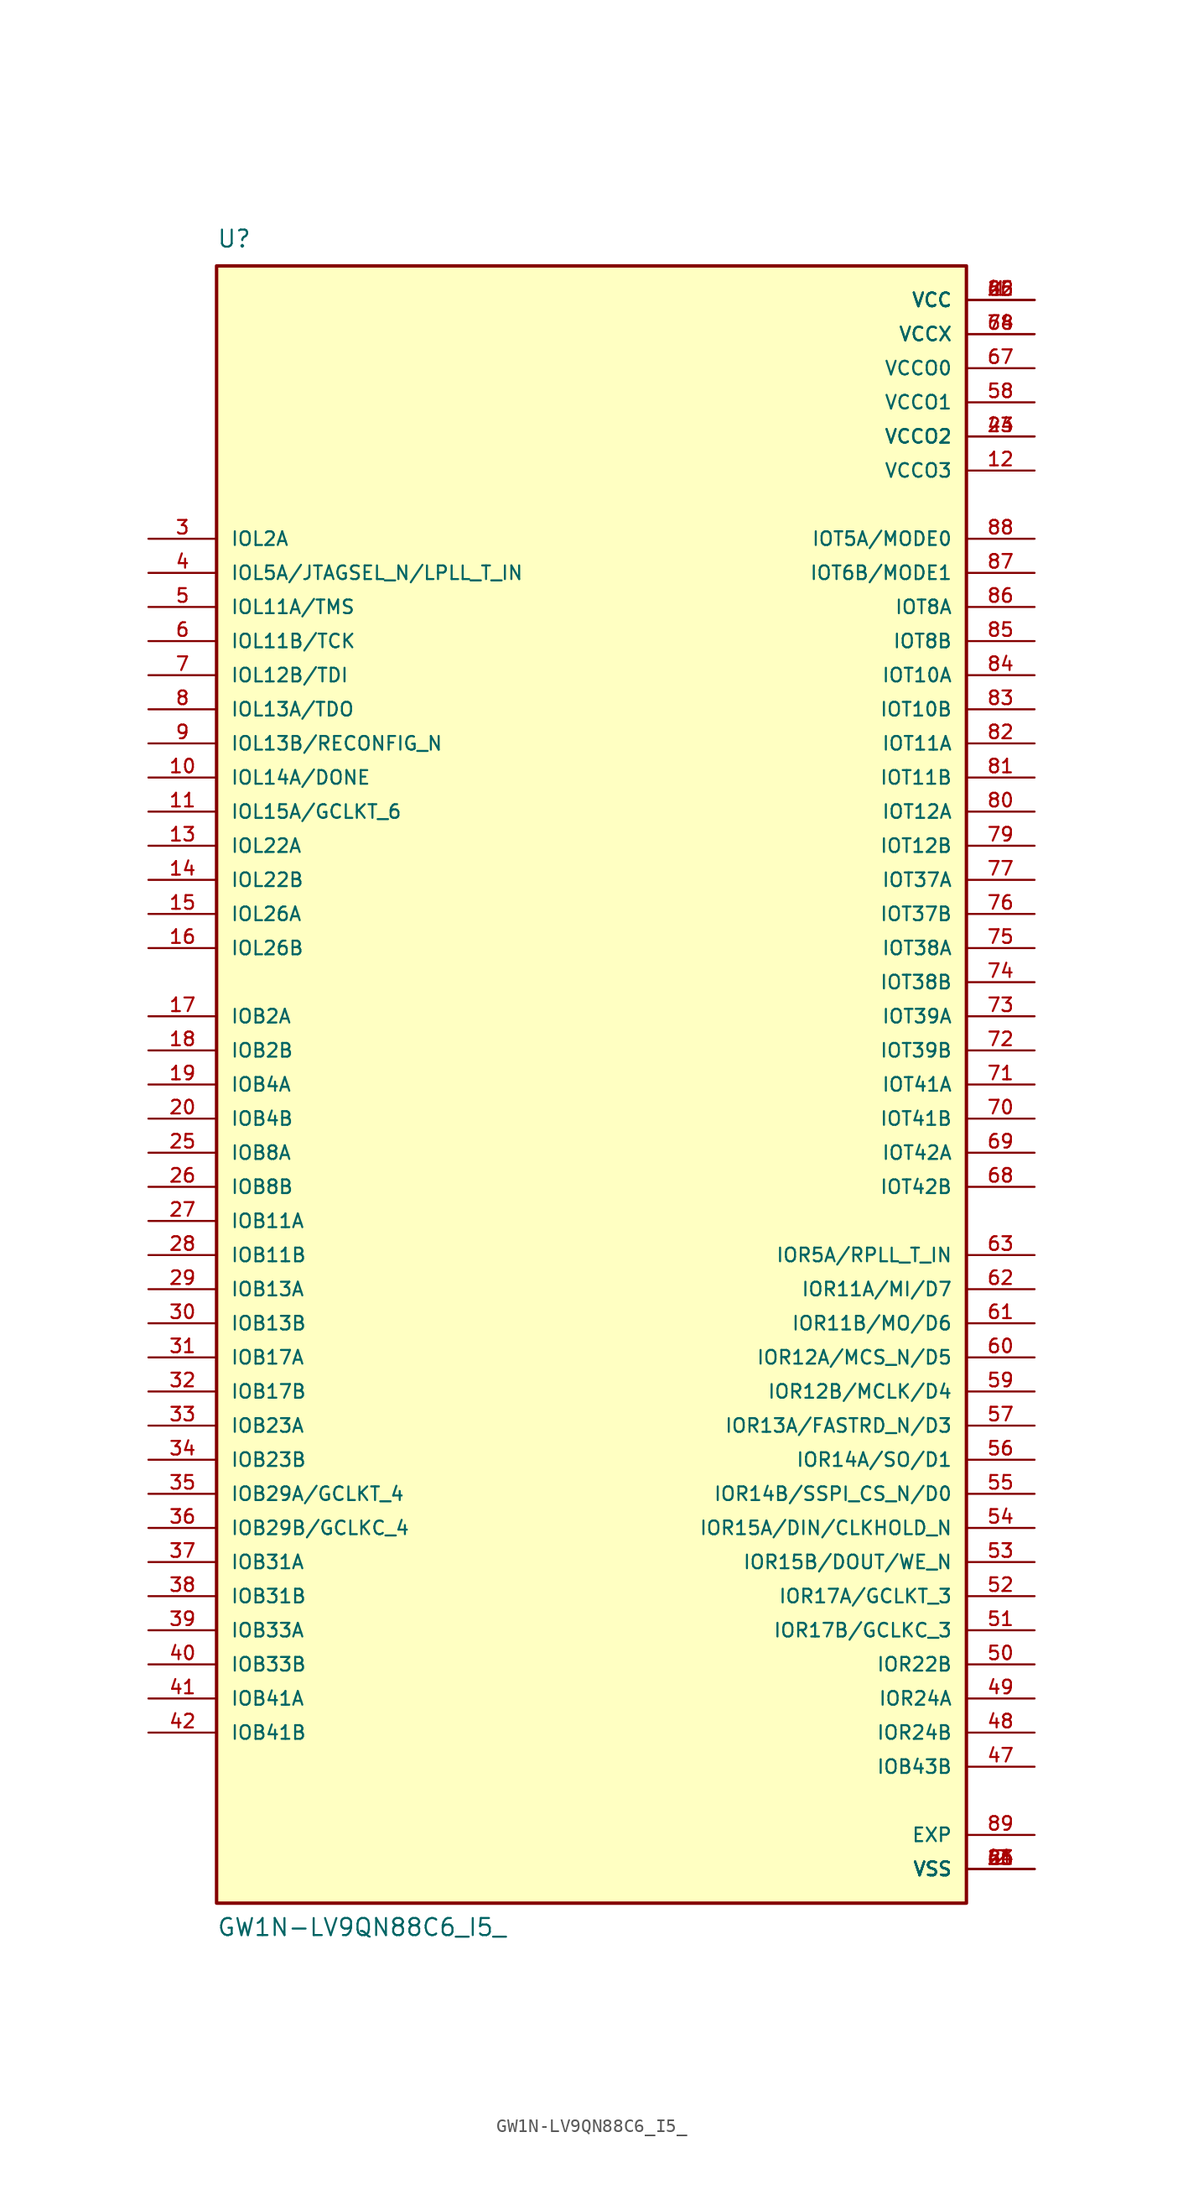
<source format=kicad_sym>
(kicad_symbol_lib
  (version 20220914)
  (generator kicad_symbol_editor)
  (symbol "GW1N-LV9QN88C6_I5_"
    (pin_names
      (offset 1.016))
    (property "Reference" "U"
      (at -27.94 62.23 0)
      (effects (font (size 1.27 1.27)) (justify left bottom)))
    (property "Value" "GW1N-LV9QN88C6_I5_"
      (at -27.94 -63.5 0)
      (effects (font (size 1.27 1.27)) (justify left bottom)))
    (symbol "GW1N-LV9QN88C6_I5__0_0"
      (rectangle (start -27.94 60.96) (end 27.94 -60.96) (stroke (width 0.254) (type default)) (fill (type background)))
      (pin power_in line (at 33.02 58.42 180) (length 5.08) (name "VCC" (effects (font (size 1.016 1.016)))) (number "1" (effects (font (size 1.016 1.016)))))
      (pin bidirectional line (at -33.02 22.86 0) (length 5.08) (name "IOL14A/DONE" (effects (font (size 1.016 1.016)))) (number "10" (effects (font (size 1.016 1.016)))))
      (pin bidirectional line (at -33.02 20.32 0) (length 5.08) (name "IOL15A/GCLKT_6" (effects (font (size 1.016 1.016)))) (number "11" (effects (font (size 1.016 1.016)))))
      (pin power_in line (at 33.02 45.72 180) (length 5.08) (name "VCCO3" (effects (font (size 1.016 1.016)))) (number "12" (effects (font (size 1.016 1.016)))))
      (pin bidirectional line (at -33.02 17.78 0) (length 5.08) (name "IOL22A" (effects (font (size 1.016 1.016)))) (number "13" (effects (font (size 1.016 1.016)))))
      (pin bidirectional line (at -33.02 15.24 0) (length 5.08) (name "IOL22B" (effects (font (size 1.016 1.016)))) (number "14" (effects (font (size 1.016 1.016)))))
      (pin bidirectional line (at -33.02 12.7 0) (length 5.08) (name "IOL26A" (effects (font (size 1.016 1.016)))) (number "15" (effects (font (size 1.016 1.016)))))
      (pin bidirectional line (at -33.02 10.16 0) (length 5.08) (name "IOL26B" (effects (font (size 1.016 1.016)))) (number "16" (effects (font (size 1.016 1.016)))))
      (pin bidirectional line (at -33.02 5.08 0) (length 5.08) (name "IOB2A" (effects (font (size 1.016 1.016)))) (number "17" (effects (font (size 1.016 1.016)))))
      (pin bidirectional line (at -33.02 2.54 0) (length 5.08) (name "IOB2B" (effects (font (size 1.016 1.016)))) (number "18" (effects (font (size 1.016 1.016)))))
      (pin bidirectional line (at -33.02 0 0) (length 5.08) (name "IOB4A" (effects (font (size 1.016 1.016)))) (number "19" (effects (font (size 1.016 1.016)))))
      (pin power_in line (at 33.02 -58.42 180) (length 5.08) (name "VSS" (effects (font (size 1.016 1.016)))) (number "2" (effects (font (size 1.016 1.016)))))
      (pin bidirectional line (at -33.02 -2.54 0) (length 5.08) (name "IOB4B" (effects (font (size 1.016 1.016)))) (number "20" (effects (font (size 1.016 1.016)))))
      (pin power_in line (at 33.02 -58.42 180) (length 5.08) (name "VSS" (effects (font (size 1.016 1.016)))) (number "21" (effects (font (size 1.016 1.016)))))
      (pin power_in line (at 33.02 58.42 180) (length 5.08) (name "VCC" (effects (font (size 1.016 1.016)))) (number "22" (effects (font (size 1.016 1.016)))))
      (pin power_in line (at 33.02 48.26 180) (length 5.08) (name "VCCO2" (effects (font (size 1.016 1.016)))) (number "23" (effects (font (size 1.016 1.016)))))
      (pin power_in line (at 33.02 -58.42 180) (length 5.08) (name "VSS" (effects (font (size 1.016 1.016)))) (number "24" (effects (font (size 1.016 1.016)))))
      (pin bidirectional line (at -33.02 -5.08 0) (length 5.08) (name "IOB8A" (effects (font (size 1.016 1.016)))) (number "25" (effects (font (size 1.016 1.016)))))
      (pin bidirectional line (at -33.02 -7.62 0) (length 5.08) (name "IOB8B" (effects (font (size 1.016 1.016)))) (number "26" (effects (font (size 1.016 1.016)))))
      (pin bidirectional line (at -33.02 -10.16 0) (length 5.08) (name "IOB11A" (effects (font (size 1.016 1.016)))) (number "27" (effects (font (size 1.016 1.016)))))
      (pin bidirectional line (at -33.02 -12.7 0) (length 5.08) (name "IOB11B" (effects (font (size 1.016 1.016)))) (number "28" (effects (font (size 1.016 1.016)))))
      (pin bidirectional line (at -33.02 -15.24 0) (length 5.08) (name "IOB13A" (effects (font (size 1.016 1.016)))) (number "29" (effects (font (size 1.016 1.016)))))
      (pin bidirectional line (at -33.02 40.64 0) (length 5.08) (name "IOL2A" (effects (font (size 1.016 1.016)))) (number "3" (effects (font (size 1.016 1.016)))))
      (pin bidirectional line (at -33.02 -17.78 0) (length 5.08) (name "IOB13B" (effects (font (size 1.016 1.016)))) (number "30" (effects (font (size 1.016 1.016)))))
      (pin bidirectional line (at -33.02 -20.32 0) (length 5.08) (name "IOB17A" (effects (font (size 1.016 1.016)))) (number "31" (effects (font (size 1.016 1.016)))))
      (pin bidirectional line (at -33.02 -22.86 0) (length 5.08) (name "IOB17B" (effects (font (size 1.016 1.016)))) (number "32" (effects (font (size 1.016 1.016)))))
      (pin bidirectional line (at -33.02 -25.4 0) (length 5.08) (name "IOB23A" (effects (font (size 1.016 1.016)))) (number "33" (effects (font (size 1.016 1.016)))))
      (pin bidirectional line (at -33.02 -27.94 0) (length 5.08) (name "IOB23B" (effects (font (size 1.016 1.016)))) (number "34" (effects (font (size 1.016 1.016)))))
      (pin bidirectional line (at -33.02 -30.48 0) (length 5.08) (name "IOB29A/GCLKT_4" (effects (font (size 1.016 1.016)))) (number "35" (effects (font (size 1.016 1.016)))))
      (pin bidirectional line (at -33.02 -33.02 0) (length 5.08) (name "IOB29B/GCLKC_4" (effects (font (size 1.016 1.016)))) (number "36" (effects (font (size 1.016 1.016)))))
      (pin bidirectional line (at -33.02 -35.56 0) (length 5.08) (name "IOB31A" (effects (font (size 1.016 1.016)))) (number "37" (effects (font (size 1.016 1.016)))))
      (pin bidirectional line (at -33.02 -38.1 0) (length 5.08) (name "IOB31B" (effects (font (size 1.016 1.016)))) (number "38" (effects (font (size 1.016 1.016)))))
      (pin bidirectional line (at -33.02 -40.64 0) (length 5.08) (name "IOB33A" (effects (font (size 1.016 1.016)))) (number "39" (effects (font (size 1.016 1.016)))))
      (pin bidirectional line (at -33.02 38.1 0) (length 5.08) (name "IOL5A/JTAGSEL_N/LPLL_T_IN" (effects (font (size 1.016 1.016)))) (number "4" (effects (font (size 1.016 1.016)))))
      (pin bidirectional line (at -33.02 -43.18 0) (length 5.08) (name "IOB33B" (effects (font (size 1.016 1.016)))) (number "40" (effects (font (size 1.016 1.016)))))
      (pin bidirectional line (at -33.02 -45.72 0) (length 5.08) (name "IOB41A" (effects (font (size 1.016 1.016)))) (number "41" (effects (font (size 1.016 1.016)))))
      (pin bidirectional line (at -33.02 -48.26 0) (length 5.08) (name "IOB41B" (effects (font (size 1.016 1.016)))) (number "42" (effects (font (size 1.016 1.016)))))
      (pin power_in line (at 33.02 -58.42 180) (length 5.08) (name "VSS" (effects (font (size 1.016 1.016)))) (number "43" (effects (font (size 1.016 1.016)))))
      (pin power_in line (at 33.02 48.26 180) (length 5.08) (name "VCCO2" (effects (font (size 1.016 1.016)))) (number "44" (effects (font (size 1.016 1.016)))))
      (pin power_in line (at 33.02 58.42 180) (length 5.08) (name "VCC" (effects (font (size 1.016 1.016)))) (number "45" (effects (font (size 1.016 1.016)))))
      (pin power_in line (at 33.02 -58.42 180) (length 5.08) (name "VSS" (effects (font (size 1.016 1.016)))) (number "46" (effects (font (size 1.016 1.016)))))
      (pin bidirectional line (at 33.02 -50.8 180) (length 5.08) (name "IOB43B" (effects (font (size 1.016 1.016)))) (number "47" (effects (font (size 1.016 1.016)))))
      (pin bidirectional line (at 33.02 -48.26 180) (length 5.08) (name "IOR24B" (effects (font (size 1.016 1.016)))) (number "48" (effects (font (size 1.016 1.016)))))
      (pin bidirectional line (at 33.02 -45.72 180) (length 5.08) (name "IOR24A" (effects (font (size 1.016 1.016)))) (number "49" (effects (font (size 1.016 1.016)))))
      (pin bidirectional line (at -33.02 35.56 0) (length 5.08) (name "IOL11A/TMS" (effects (font (size 1.016 1.016)))) (number "5" (effects (font (size 1.016 1.016)))))
      (pin bidirectional line (at 33.02 -43.18 180) (length 5.08) (name "IOR22B" (effects (font (size 1.016 1.016)))) (number "50" (effects (font (size 1.016 1.016)))))
      (pin bidirectional line (at 33.02 -40.64 180) (length 5.08) (name "IOR17B/GCLKC_3" (effects (font (size 1.016 1.016)))) (number "51" (effects (font (size 1.016 1.016)))))
      (pin bidirectional line (at 33.02 -38.1 180) (length 5.08) (name "IOR17A/GCLKT_3" (effects (font (size 1.016 1.016)))) (number "52" (effects (font (size 1.016 1.016)))))
      (pin bidirectional line (at 33.02 -35.56 180) (length 5.08) (name "IOR15B/DOUT/WE_N" (effects (font (size 1.016 1.016)))) (number "53" (effects (font (size 1.016 1.016)))))
      (pin bidirectional line (at 33.02 -33.02 180) (length 5.08) (name "IOR15A/DIN/CLKHOLD_N" (effects (font (size 1.016 1.016)))) (number "54" (effects (font (size 1.016 1.016)))))
      (pin bidirectional line (at 33.02 -30.48 180) (length 5.08) (name "IOR14B/SSPI_CS_N/D0" (effects (font (size 1.016 1.016)))) (number "55" (effects (font (size 1.016 1.016)))))
      (pin bidirectional line (at 33.02 -27.94 180) (length 5.08) (name "IOR14A/SO/D1" (effects (font (size 1.016 1.016)))) (number "56" (effects (font (size 1.016 1.016)))))
      (pin bidirectional line (at 33.02 -25.4 180) (length 5.08) (name "IOR13A/FASTRD_N/D3" (effects (font (size 1.016 1.016)))) (number "57" (effects (font (size 1.016 1.016)))))
      (pin power_in line (at 33.02 50.8 180) (length 5.08) (name "VCCO1" (effects (font (size 1.016 1.016)))) (number "58" (effects (font (size 1.016 1.016)))))
      (pin bidirectional line (at 33.02 -22.86 180) (length 5.08) (name "IOR12B/MCLK/D4" (effects (font (size 1.016 1.016)))) (number "59" (effects (font (size 1.016 1.016)))))
      (pin bidirectional line (at -33.02 33.02 0) (length 5.08) (name "IOL11B/TCK" (effects (font (size 1.016 1.016)))) (number "6" (effects (font (size 1.016 1.016)))))
      (pin bidirectional line (at 33.02 -20.32 180) (length 5.08) (name "IOR12A/MCS_N/D5" (effects (font (size 1.016 1.016)))) (number "60" (effects (font (size 1.016 1.016)))))
      (pin bidirectional line (at 33.02 -17.78 180) (length 5.08) (name "IOR11B/MO/D6" (effects (font (size 1.016 1.016)))) (number "61" (effects (font (size 1.016 1.016)))))
      (pin bidirectional line (at 33.02 -15.24 180) (length 5.08) (name "IOR11A/MI/D7" (effects (font (size 1.016 1.016)))) (number "62" (effects (font (size 1.016 1.016)))))
      (pin bidirectional line (at 33.02 -12.7 180) (length 5.08) (name "IOR5A/RPLL_T_IN" (effects (font (size 1.016 1.016)))) (number "63" (effects (font (size 1.016 1.016)))))
      (pin power_in line (at 33.02 55.88 180) (length 5.08) (name "VCCX" (effects (font (size 1.016 1.016)))) (number "64" (effects (font (size 1.016 1.016)))))
      (pin power_in line (at 33.02 -58.42 180) (length 5.08) (name "VSS" (effects (font (size 1.016 1.016)))) (number "65" (effects (font (size 1.016 1.016)))))
      (pin power_in line (at 33.02 58.42 180) (length 5.08) (name "VCC" (effects (font (size 1.016 1.016)))) (number "66" (effects (font (size 1.016 1.016)))))
      (pin power_in line (at 33.02 53.34 180) (length 5.08) (name "VCCO0" (effects (font (size 1.016 1.016)))) (number "67" (effects (font (size 1.016 1.016)))))
      (pin bidirectional line (at 33.02 -7.62 180) (length 5.08) (name "IOT42B" (effects (font (size 1.016 1.016)))) (number "68" (effects (font (size 1.016 1.016)))))
      (pin bidirectional line (at 33.02 -5.08 180) (length 5.08) (name "IOT42A" (effects (font (size 1.016 1.016)))) (number "69" (effects (font (size 1.016 1.016)))))
      (pin bidirectional line (at -33.02 30.48 0) (length 5.08) (name "IOL12B/TDI" (effects (font (size 1.016 1.016)))) (number "7" (effects (font (size 1.016 1.016)))))
      (pin bidirectional line (at 33.02 -2.54 180) (length 5.08) (name "IOT41B" (effects (font (size 1.016 1.016)))) (number "70" (effects (font (size 1.016 1.016)))))
      (pin bidirectional line (at 33.02 0 180) (length 5.08) (name "IOT41A" (effects (font (size 1.016 1.016)))) (number "71" (effects (font (size 1.016 1.016)))))
      (pin bidirectional line (at 33.02 2.54 180) (length 5.08) (name "IOT39B" (effects (font (size 1.016 1.016)))) (number "72" (effects (font (size 1.016 1.016)))))
      (pin bidirectional line (at 33.02 5.08 180) (length 5.08) (name "IOT39A" (effects (font (size 1.016 1.016)))) (number "73" (effects (font (size 1.016 1.016)))))
      (pin bidirectional line (at 33.02 7.62 180) (length 5.08) (name "IOT38B" (effects (font (size 1.016 1.016)))) (number "74" (effects (font (size 1.016 1.016)))))
      (pin bidirectional line (at 33.02 10.16 180) (length 5.08) (name "IOT38A" (effects (font (size 1.016 1.016)))) (number "75" (effects (font (size 1.016 1.016)))))
      (pin bidirectional line (at 33.02 12.7 180) (length 5.08) (name "IOT37B" (effects (font (size 1.016 1.016)))) (number "76" (effects (font (size 1.016 1.016)))))
      (pin bidirectional line (at 33.02 15.24 180) (length 5.08) (name "IOT37A" (effects (font (size 1.016 1.016)))) (number "77" (effects (font (size 1.016 1.016)))))
      (pin power_in line (at 33.02 55.88 180) (length 5.08) (name "VCCX" (effects (font (size 1.016 1.016)))) (number "78" (effects (font (size 1.016 1.016)))))
      (pin bidirectional line (at 33.02 17.78 180) (length 5.08) (name "IOT12B" (effects (font (size 1.016 1.016)))) (number "79" (effects (font (size 1.016 1.016)))))
      (pin bidirectional line (at -33.02 27.94 0) (length 5.08) (name "IOL13A/TDO" (effects (font (size 1.016 1.016)))) (number "8" (effects (font (size 1.016 1.016)))))
      (pin bidirectional line (at 33.02 20.32 180) (length 5.08) (name "IOT12A" (effects (font (size 1.016 1.016)))) (number "80" (effects (font (size 1.016 1.016)))))
      (pin bidirectional line (at 33.02 22.86 180) (length 5.08) (name "IOT11B" (effects (font (size 1.016 1.016)))) (number "81" (effects (font (size 1.016 1.016)))))
      (pin bidirectional line (at 33.02 25.4 180) (length 5.08) (name "IOT11A" (effects (font (size 1.016 1.016)))) (number "82" (effects (font (size 1.016 1.016)))))
      (pin bidirectional line (at 33.02 27.94 180) (length 5.08) (name "IOT10B" (effects (font (size 1.016 1.016)))) (number "83" (effects (font (size 1.016 1.016)))))
      (pin bidirectional line (at 33.02 30.48 180) (length 5.08) (name "IOT10A" (effects (font (size 1.016 1.016)))) (number "84" (effects (font (size 1.016 1.016)))))
      (pin bidirectional line (at 33.02 33.02 180) (length 5.08) (name "IOT8B" (effects (font (size 1.016 1.016)))) (number "85" (effects (font (size 1.016 1.016)))))
      (pin bidirectional line (at 33.02 35.56 180) (length 5.08) (name "IOT8A" (effects (font (size 1.016 1.016)))) (number "86" (effects (font (size 1.016 1.016)))))
      (pin bidirectional line (at 33.02 38.1 180) (length 5.08) (name "IOT6B/MODE1" (effects (font (size 1.016 1.016)))) (number "87" (effects (font (size 1.016 1.016)))))
      (pin bidirectional line (at 33.02 40.64 180) (length 5.08) (name "IOT5A/MODE0" (effects (font (size 1.016 1.016)))) (number "88" (effects (font (size 1.016 1.016)))))
      (pin power_in line (at 33.02 -55.88 180) (length 5.08) (name "EXP" (effects (font (size 1.016 1.016)))) (number "89" (effects (font (size 1.016 1.016)))))
      (pin bidirectional line (at -33.02 25.4 0) (length 5.08) (name "IOL13B/RECONFIG_N" (effects (font (size 1.016 1.016)))) (number "9" (effects (font (size 1.016 1.016))))))))
</source>
